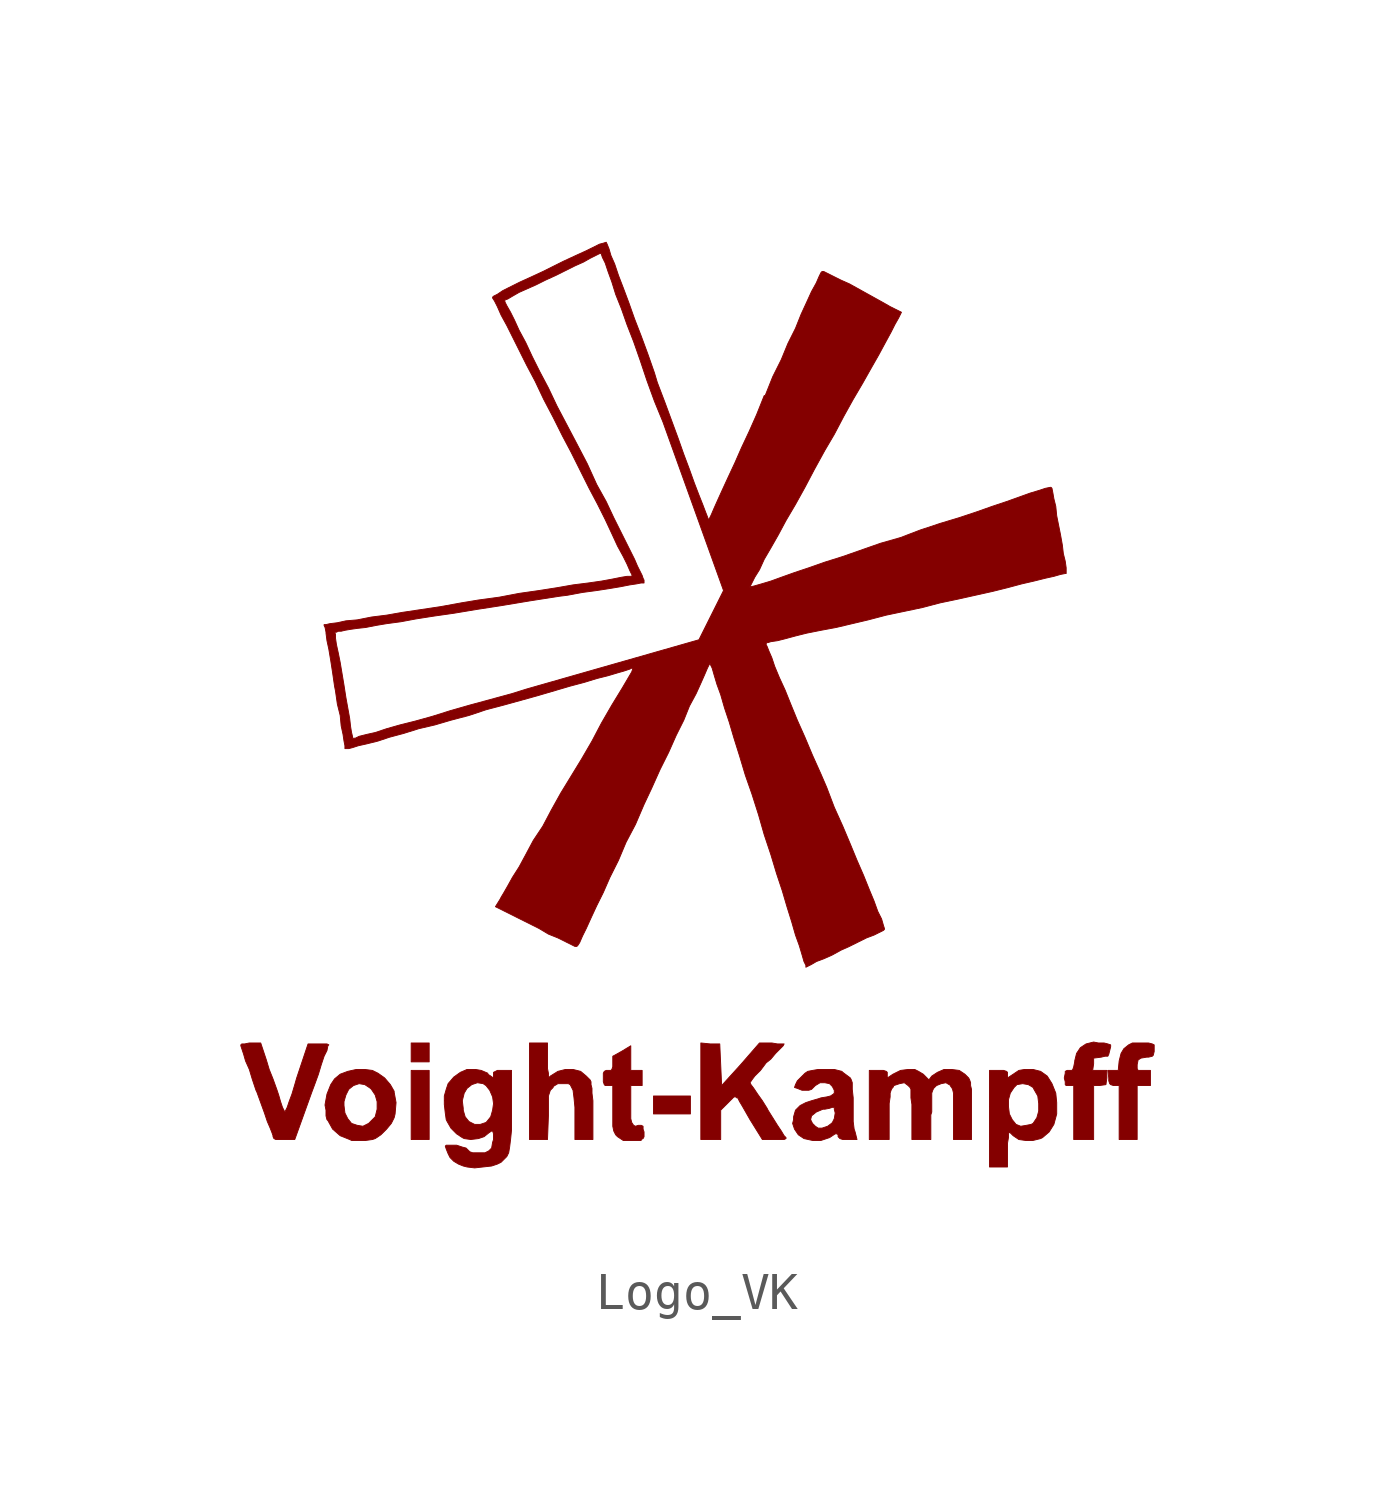
<source format=kicad_sym>
(kicad_symbol_lib
  (version 20231120)
  (generator "kicad_symbol_editor")
  (generator_version "8.0")
  (symbol "Logo_VK"
    (pin_names
      (offset 1.016))
    (property "Reference" "#G"
      (at 0 -13.97 0)
      (effects (font (size 1.27 1.27)) (hide yes)))
    (symbol "Logo_VK_0_0"
      (polyline (pts (xy -7.188 -9.83) (xy -7.671 -9.83) (xy -7.671 -11.684) (xy -7.188 -11.684) (xy -7.188 -9.83)) (stroke (width 0.025) (type default)) (fill (type outline)))
      (polyline (pts (xy -7.188 -9.093) (xy -7.671 -9.093) (xy -7.671 -9.601) (xy -7.188 -9.601) (xy -7.188 -9.093)) (stroke (width 0.025) (type default)) (fill (type outline)))
      (polyline (pts (xy -0.178 -10.516) (xy -1.168 -10.516) (xy -1.168 -10.998) (xy -0.178 -10.998) (xy -0.178 -10.516)) (stroke (width 0.025) (type default)) (fill (type outline)))
      (polyline (pts (xy 11.811 -10.236) (xy 12.167 -10.236) (xy 12.167 -9.83) (xy 11.836 -9.83) (xy 11.811 -9.779) (xy 11.811 -9.677) (xy 11.836 -9.55) (xy 11.913 -9.5) (xy 12.065 -9.474) (xy 12.116 -9.474) (xy 12.217 -9.449) (xy 12.243 -9.423) (xy 12.268 -9.322) (xy 12.268 -9.144) (xy 12.217 -9.119) (xy 12.116 -9.093) (xy 11.684 -9.093) (xy 11.582 -9.144) (xy 11.455 -9.246) (xy 11.379 -9.373) (xy 11.328 -9.576) (xy 11.303 -9.83) (xy 11.024 -9.83) (xy 11.049 -10.033) (xy 11.049 -10.109) (xy 11.074 -10.185) (xy 11.1 -10.211) (xy 11.176 -10.236) (xy 11.328 -10.236) (xy 11.328 -11.684) (xy 11.811 -11.684) (xy 11.811 -10.236)) (stroke (width 0.025) (type default)) (fill (type outline)))
      (polyline (pts (xy -3.988 -11.049) (xy -3.988 -10.516) (xy -3.937 -10.363) (xy -3.861 -10.287) (xy -3.861 -10.262) (xy -3.734 -10.185) (xy -3.454 -10.185) (xy -3.404 -10.211) (xy -3.327 -10.363) (xy -3.302 -10.566) (xy -3.277 -10.82) (xy -3.277 -11.684) (xy -2.794 -11.684) (xy -2.794 -10.643) (xy -2.819 -10.439) (xy -2.819 -10.312) (xy -2.845 -10.211) (xy -2.845 -10.135) (xy -2.87 -10.084) (xy -2.972 -9.982) (xy -3.124 -9.855) (xy -3.327 -9.804) (xy -3.531 -9.804) (xy -3.734 -9.855) (xy -3.937 -9.982) (xy -3.962 -10.008) (xy -3.988 -10.008) (xy -3.988 -9.906) (xy -4.013 -9.779) (xy -4.013 -9.093) (xy -4.496 -9.093) (xy -4.496 -11.684) (xy -4.013 -11.684) (xy -3.988 -11.049)) (stroke (width 0.025) (type default)) (fill (type outline)))
      (polyline (pts (xy -1.499 -11.684) (xy -1.448 -11.659) (xy -1.422 -11.608) (xy -1.422 -11.481) (xy -1.448 -11.405) (xy -1.448 -11.328) (xy -1.499 -11.303) (xy -1.575 -11.303) (xy -1.651 -11.328) (xy -1.702 -11.303) (xy -1.753 -11.227) (xy -1.778 -11.125) (xy -1.778 -10.236) (xy -1.473 -10.236) (xy -1.473 -9.83) (xy -1.778 -9.83) (xy -1.778 -9.169) (xy -2.032 -9.322) (xy -2.261 -9.449) (xy -2.261 -9.728) (xy -2.286 -9.804) (xy -2.311 -9.83) (xy -2.438 -9.83) (xy -2.489 -9.855) (xy -2.515 -9.906) (xy -2.515 -10.135) (xy -2.489 -10.211) (xy -2.464 -10.236) (xy -2.261 -10.236) (xy -2.261 -11.328) (xy -2.235 -11.455) (xy -2.184 -11.557) (xy -2.134 -11.608) (xy -1.981 -11.709) (xy -1.499 -11.709) (xy -1.499 -11.684)) (stroke (width 0.025) (type default)) (fill (type outline)))
      (polyline (pts (xy 10.643 -10.236) (xy 10.795 -10.236) (xy 10.973 -10.211) (xy 10.998 -10.033) (xy 10.998 -9.83) (xy 10.617 -9.83) (xy 10.643 -9.652) (xy 10.643 -9.5) (xy 10.846 -9.474) (xy 10.947 -9.449) (xy 11.024 -9.449) (xy 11.049 -9.398) (xy 11.1 -9.195) (xy 11.1 -9.144) (xy 11.024 -9.119) (xy 10.922 -9.093) (xy 10.77 -9.093) (xy 10.643 -9.068) (xy 10.439 -9.119) (xy 10.287 -9.22) (xy 10.185 -9.373) (xy 10.135 -9.576) (xy 10.135 -9.601) (xy 10.109 -9.728) (xy 10.084 -9.804) (xy 10.058 -9.83) (xy 9.931 -9.83) (xy 9.881 -9.855) (xy 9.881 -9.906) (xy 9.855 -10.033) (xy 9.881 -10.135) (xy 9.881 -10.211) (xy 9.906 -10.236) (xy 10.109 -10.236) (xy 10.109 -11.684) (xy 10.643 -11.684) (xy 10.643 -10.236)) (stroke (width 0.025) (type default)) (fill (type outline)))
      (polyline (pts (xy 0.635 -10.897) (xy 0.991 -10.541) (xy 1.041 -10.541) (xy 1.067 -10.566) (xy 1.092 -10.566) (xy 1.143 -10.668) (xy 1.219 -10.795) (xy 1.422 -11.151) (xy 1.753 -11.684) (xy 2.337 -11.684) (xy 2.388 -11.659) (xy 2.388 -11.633) (xy 2.337 -11.582) (xy 2.261 -11.455) (xy 2.159 -11.303) (xy 1.905 -10.897) (xy 1.88 -10.846) (xy 1.753 -10.643) (xy 1.626 -10.465) (xy 1.524 -10.312) (xy 1.448 -10.211) (xy 1.422 -10.16) (xy 1.473 -10.084) (xy 1.549 -9.982) (xy 1.702 -9.83) (xy 1.854 -9.627) (xy 1.981 -9.525) (xy 2.108 -9.373) (xy 2.311 -9.169) (xy 2.337 -9.119) (xy 2.159 -9.119) (xy 2.007 -9.093) (xy 1.676 -9.093) (xy 1.168 -9.677) (xy 0.66 -10.236) (xy 0.61 -9.119) (xy 0.356 -9.119) (xy 0.102 -9.093) (xy 0.102 -11.684) (xy 0.635 -11.684) (xy 0.635 -10.897)) (stroke (width 0.025) (type default)) (fill (type outline)))
      (polyline (pts (xy -10.338 -10.414) (xy -10.262 -10.211) (xy -10.16 -9.931) (xy -10.084 -9.677) (xy -10.008 -9.449) (xy -9.931 -9.296) (xy -9.906 -9.169) (xy -9.881 -9.144) (xy -9.931 -9.119) (xy -10.439 -9.119) (xy -10.744 -10.033) (xy -10.795 -10.211) (xy -10.871 -10.465) (xy -10.947 -10.668) (xy -10.998 -10.82) (xy -11.049 -10.922) (xy -11.049 -10.947) (xy -11.074 -10.922) (xy -11.125 -10.82) (xy -11.176 -10.668) (xy -11.227 -10.49) (xy -11.278 -10.338) (xy -11.379 -10.058) (xy -11.481 -9.804) (xy -11.557 -9.55) (xy -11.709 -9.093) (xy -12.014 -9.093) (xy -12.141 -9.119) (xy -12.217 -9.119) (xy -12.243 -9.144) (xy -12.243 -9.169) (xy -12.167 -9.398) (xy -12.116 -9.576) (xy -12.014 -9.804) (xy -11.938 -10.058) (xy -11.836 -10.363) (xy -11.811 -10.414) (xy -11.608 -10.973) (xy -11.532 -11.201) (xy -11.455 -11.379) (xy -11.405 -11.506) (xy -11.379 -11.582) (xy -11.379 -11.608) (xy -11.354 -11.659) (xy -11.303 -11.684) (xy -10.795 -11.684) (xy -10.338 -10.414)) (stroke (width 0.025) (type default)) (fill (type outline)))
      (polyline (pts (xy 8.331 -11.786) (xy 8.357 -11.633) (xy 8.357 -11.532) (xy 8.382 -11.481) (xy 8.484 -11.582) (xy 8.636 -11.684) (xy 8.814 -11.709) (xy 9.017 -11.709) (xy 9.22 -11.659) (xy 9.271 -11.633) (xy 9.449 -11.481) (xy 9.576 -11.278) (xy 9.652 -10.998) (xy 9.652 -10.693) (xy 9.627 -10.439) (xy 9.525 -10.185) (xy 9.398 -9.982) (xy 9.22 -9.855) (xy 9.017 -9.804) (xy 8.788 -9.804) (xy 8.636 -9.83) (xy 8.331 -10.033) (xy 8.331 -9.881) (xy 8.306 -9.855) (xy 8.23 -9.83) (xy 7.849 -9.83) (xy 7.849 -10.795) (xy 8.357 -10.795) (xy 8.357 -10.617) (xy 8.407 -10.439) (xy 8.509 -10.287) (xy 8.585 -10.211) (xy 8.738 -10.185) (xy 8.89 -10.211) (xy 9.017 -10.287) (xy 9.042 -10.338) (xy 9.144 -10.516) (xy 9.169 -10.719) (xy 9.169 -10.922) (xy 9.119 -11.1) (xy 9.017 -11.252) (xy 8.966 -11.278) (xy 8.839 -11.303) (xy 8.687 -11.328) (xy 8.56 -11.278) (xy 8.458 -11.151) (xy 8.382 -10.998) (xy 8.357 -10.795) (xy 7.849 -10.795) (xy 7.849 -12.421) (xy 8.331 -12.421) (xy 8.331 -11.786)) (stroke (width 0.025) (type default)) (fill (type outline)))
      (polyline (pts (xy -8.712 -11.684) (xy -8.636 -11.659) (xy -8.484 -11.557) (xy -8.331 -11.405) (xy -8.204 -11.252) (xy -8.128 -11.1) (xy -8.103 -10.998) (xy -8.077 -10.693) (xy -8.128 -10.414) (xy -8.128 -10.389) (xy -8.23 -10.211) (xy -8.382 -10.033) (xy -8.56 -9.906) (xy -8.712 -9.83) (xy -8.915 -9.804) (xy -9.144 -9.804) (xy -9.373 -9.855) (xy -9.576 -9.931) (xy -9.728 -10.058) (xy -9.83 -10.211) (xy -9.931 -10.465) (xy -9.982 -10.744) (xy -9.982 -10.77) (xy -9.474 -10.77) (xy -9.474 -10.668) (xy -9.423 -10.49) (xy -9.347 -10.338) (xy -9.22 -10.236) (xy -9.068 -10.185) (xy -8.915 -10.211) (xy -8.763 -10.312) (xy -8.738 -10.338) (xy -8.636 -10.49) (xy -8.585 -10.668) (xy -8.585 -10.871) (xy -8.636 -11.074) (xy -8.814 -11.252) (xy -8.966 -11.328) (xy -9.119 -11.303) (xy -9.271 -11.252) (xy -9.373 -11.125) (xy -9.449 -10.973) (xy -9.474 -10.77) (xy -9.982 -10.77) (xy -9.957 -10.897) (xy -9.957 -11.049) (xy -9.931 -11.151) (xy -9.906 -11.176) (xy -9.779 -11.405) (xy -9.576 -11.582) (xy -9.322 -11.684) (xy -9.271 -11.709) (xy -8.89 -11.709) (xy -8.712 -11.684)) (stroke (width 0.025) (type default)) (fill (type outline)))
      (polyline (pts (xy 5.156 -10.719) (xy 5.182 -10.541) (xy 5.182 -10.439) (xy 5.207 -10.363) (xy 5.232 -10.312) (xy 5.258 -10.287) (xy 5.283 -10.236) (xy 5.436 -10.185) (xy 5.563 -10.16) (xy 5.664 -10.236) (xy 5.715 -10.287) (xy 5.74 -10.338) (xy 5.74 -10.566) (xy 5.766 -10.744) (xy 5.766 -11.684) (xy 6.274 -11.684) (xy 6.274 -11.024) (xy 6.299 -10.947) (xy 6.299 -10.439) (xy 6.325 -10.363) (xy 6.35 -10.312) (xy 6.426 -10.236) (xy 6.553 -10.185) (xy 6.68 -10.16) (xy 6.807 -10.236) (xy 6.807 -10.262) (xy 6.833 -10.287) (xy 6.858 -10.338) (xy 6.883 -10.439) (xy 6.883 -11.684) (xy 7.366 -11.684) (xy 7.366 -10.338) (xy 7.341 -10.236) (xy 7.341 -10.16) (xy 7.315 -10.084) (xy 7.29 -10.033) (xy 7.188 -9.931) (xy 7.036 -9.83) (xy 6.833 -9.804) (xy 6.629 -9.804) (xy 6.452 -9.881) (xy 6.299 -9.982) (xy 6.223 -10.084) (xy 6.071 -9.931) (xy 5.944 -9.855) (xy 5.842 -9.804) (xy 5.664 -9.804) (xy 5.461 -9.83) (xy 5.258 -9.931) (xy 5.105 -10.033) (xy 5.105 -9.881) (xy 5.08 -9.855) (xy 5.004 -9.83) (xy 4.623 -9.83) (xy 4.623 -11.684) (xy 5.156 -11.684) (xy 5.156 -10.719)) (stroke (width 0.025) (type default)) (fill (type outline)))
      (polyline (pts (xy 3.556 -11.633) (xy 3.708 -11.532) (xy 3.759 -11.532) (xy 3.785 -11.557) (xy 3.785 -11.608) (xy 3.835 -11.659) (xy 3.912 -11.684) (xy 4.293 -11.684) (xy 4.242 -11.481) (xy 4.216 -11.405) (xy 4.191 -11.201) (xy 4.191 -10.566) (xy 4.166 -10.338) (xy 4.166 -10.16) (xy 4.14 -10.084) (xy 4.115 -10.033) (xy 3.912 -9.881) (xy 3.886 -9.855) (xy 3.683 -9.804) (xy 3.251 -9.804) (xy 3.099 -9.83) (xy 2.972 -9.855) (xy 2.896 -9.906) (xy 2.692 -10.109) (xy 2.642 -10.211) (xy 2.616 -10.287) (xy 2.692 -10.312) (xy 2.819 -10.363) (xy 2.997 -10.363) (xy 3.073 -10.338) (xy 3.175 -10.236) (xy 3.302 -10.16) (xy 3.429 -10.16) (xy 3.556 -10.185) (xy 3.632 -10.262) (xy 3.683 -10.363) (xy 3.683 -10.439) (xy 3.658 -10.465) (xy 3.581 -10.516) (xy 3.48 -10.541) (xy 3.327 -10.566) (xy 3.251 -10.592) (xy 3.073 -10.643) (xy 2.921 -10.693) (xy 2.769 -10.77) (xy 2.642 -10.897) (xy 2.591 -11.074) (xy 2.591 -11.151) (xy 3.048 -11.151) (xy 3.073 -11.049) (xy 3.2 -10.947) (xy 3.378 -10.871) (xy 3.429 -10.871) (xy 3.556 -10.846) (xy 3.632 -10.82) (xy 3.683 -10.82) (xy 3.683 -10.871) (xy 3.708 -10.973) (xy 3.683 -11.125) (xy 3.632 -11.227) (xy 3.607 -11.252) (xy 3.505 -11.328) (xy 3.353 -11.379) (xy 3.251 -11.379) (xy 3.175 -11.328) (xy 3.099 -11.252) (xy 3.048 -11.151) (xy 2.591 -11.151) (xy 2.565 -11.252) (xy 2.616 -11.405) (xy 2.718 -11.557) (xy 2.87 -11.659) (xy 3.099 -11.709) (xy 3.327 -11.709) (xy 3.556 -11.633)) (stroke (width 0.025) (type default)) (fill (type outline)))
      (polyline (pts (xy -5.512 -12.395) (xy -5.359 -12.344) (xy -5.258 -12.294) (xy -5.105 -12.141) (xy -5.055 -12.04) (xy -5.029 -11.887) (xy -5.004 -11.684) (xy -4.978 -11.43) (xy -4.978 -9.83) (xy -5.359 -9.83) (xy -5.461 -9.881) (xy -5.461 -10.033) (xy -5.613 -9.931) (xy -5.613 -9.906) (xy -5.791 -9.83) (xy -5.944 -9.804) (xy -6.172 -9.804) (xy -6.35 -9.881) (xy -6.528 -10.008) (xy -6.68 -10.185) (xy -6.731 -10.338) (xy -6.782 -10.516) (xy -6.782 -10.643) (xy -6.299 -10.643) (xy -6.248 -10.439) (xy -6.172 -10.312) (xy -6.045 -10.211) (xy -5.893 -10.16) (xy -5.74 -10.185) (xy -5.664 -10.236) (xy -5.563 -10.363) (xy -5.486 -10.541) (xy -5.461 -10.719) (xy -5.486 -10.897) (xy -5.537 -11.074) (xy -5.639 -11.201) (xy -5.664 -11.227) (xy -5.817 -11.278) (xy -5.969 -11.278) (xy -6.121 -11.201) (xy -6.223 -11.074) (xy -6.274 -10.897) (xy -6.274 -10.846) (xy -6.299 -10.643) (xy -6.782 -10.643) (xy -6.782 -10.744) (xy -6.756 -10.973) (xy -6.731 -11.151) (xy -6.706 -11.201) (xy -6.604 -11.379) (xy -6.452 -11.532) (xy -6.299 -11.633) (xy -6.248 -11.659) (xy -6.071 -11.684) (xy -5.867 -11.659) (xy -5.715 -11.608) (xy -5.588 -11.506) (xy -5.512 -11.455) (xy -5.486 -11.455) (xy -5.461 -11.532) (xy -5.461 -11.684) (xy -5.486 -11.76) (xy -5.512 -11.913) (xy -5.588 -11.989) (xy -5.69 -12.04) (xy -6.02 -12.04) (xy -6.096 -12.014) (xy -6.198 -11.913) (xy -6.299 -11.887) (xy -6.452 -11.836) (xy -6.731 -11.836) (xy -6.756 -11.862) (xy -6.731 -11.938) (xy -6.68 -12.065) (xy -6.629 -12.167) (xy -6.528 -12.268) (xy -6.401 -12.344) (xy -6.274 -12.395) (xy -6.172 -12.421) (xy -5.969 -12.446) (xy -5.512 -12.395)) (stroke (width 0.025) (type default)) (fill (type outline)))
      (polyline (pts (xy 3.073 -6.985) (xy 3.2 -6.909) (xy 3.404 -6.833) (xy 3.632 -6.731) (xy 3.861 -6.604) (xy 4.089 -6.502) (xy 4.547 -6.274) (xy 4.75 -6.198) (xy 5.004 -6.071) (xy 5.029 -6.045) (xy 5.029 -6.02) (xy 5.004 -5.944) (xy 4.953 -5.766) (xy 4.851 -5.563) (xy 4.75 -5.283) (xy 4.623 -4.978) (xy 4.47 -4.597) (xy 4.293 -4.191) (xy 4.115 -3.759) (xy 3.912 -3.277) (xy 3.683 -2.769) (xy 3.48 -2.235) (xy 3.327 -1.88) (xy 3.099 -1.372) (xy 2.896 -0.889) (xy 2.692 -0.432) (xy 2.515 0) (xy 2.362 0.381) (xy 2.21 0.711) (xy 2.083 1.016) (xy 2.007 1.245) (xy 1.93 1.422) (xy 1.88 1.549) (xy 1.854 1.6) (xy 1.854 1.626) (xy 1.88 1.651) (xy 1.905 1.651) (xy 1.981 1.676) (xy 2.159 1.702) (xy 2.362 1.753) (xy 2.642 1.829) (xy 2.946 1.905) (xy 3.327 1.981) (xy 3.734 2.057) (xy 4.597 2.261) (xy 5.08 2.388) (xy 6.045 2.591) (xy 6.528 2.718) (xy 7.01 2.819) (xy 7.925 3.023) (xy 8.331 3.124) (xy 8.712 3.226) (xy 9.042 3.302) (xy 9.347 3.378) (xy 9.576 3.429) (xy 9.754 3.48) (xy 9.881 3.505) (xy 9.906 3.505) (xy 9.906 3.658) (xy 9.881 3.835) (xy 9.83 4.039) (xy 9.804 4.267) (xy 9.754 4.547) (xy 9.652 5.055) (xy 9.627 5.309) (xy 9.576 5.512) (xy 9.55 5.664) (xy 9.525 5.791) (xy 9.5 5.817) (xy 9.474 5.817) (xy 9.347 5.791) (xy 9.195 5.74) (xy 8.941 5.664) (xy 8.661 5.563) (xy 8.306 5.436) (xy 7.925 5.309) (xy 7.493 5.156) (xy 7.036 5.004) (xy 6.528 4.851) (xy 5.994 4.674) (xy 5.461 4.47) (xy 4.928 4.318) (xy 3.912 3.962) (xy 3.429 3.81) (xy 2.997 3.658) (xy 2.616 3.531) (xy 2.261 3.404) (xy 1.981 3.302) (xy 1.727 3.226) (xy 1.549 3.175) (xy 1.448 3.15) (xy 1.397 3.124) (xy 1.422 3.15) (xy 1.549 3.404) (xy 1.676 3.607) (xy 1.803 3.886) (xy 1.981 4.191) (xy 2.184 4.547) (xy 2.388 4.928) (xy 2.642 5.359) (xy 2.896 5.817) (xy 3.15 6.299) (xy 3.429 6.807) (xy 3.683 7.239) (xy 3.937 7.722) (xy 4.191 8.179) (xy 4.445 8.611) (xy 4.674 9.017) (xy 4.877 9.373) (xy 5.055 9.703) (xy 5.207 9.982) (xy 5.309 10.185) (xy 5.41 10.363) (xy 5.486 10.516) (xy 5.182 10.668) (xy 5.004 10.77) (xy 4.089 11.278) (xy 3.861 11.379) (xy 3.404 11.608) (xy 3.353 11.608) (xy 3.327 11.582) (xy 3.277 11.481) (xy 3.2 11.303) (xy 3.073 11.074) (xy 2.946 10.795) (xy 2.794 10.465) (xy 2.642 10.084) (xy 2.438 9.677) (xy 2.261 9.246) (xy 2.032 8.788) (xy 1.829 8.28) (xy 1.803 8.28) (xy 1.6 7.772) (xy 1.397 7.315) (xy 1.194 6.883) (xy 1.016 6.477) (xy 0.838 6.096) (xy 0.686 5.766) (xy 0.559 5.486) (xy 0.457 5.258) (xy 0.381 5.08) (xy 0.33 4.978) (xy 0.305 4.953) (xy 0.279 5.029) (xy 0.229 5.156) (xy 0.152 5.359) (xy 0.051 5.613) (xy -0.076 5.944) (xy -0.203 6.299) (xy -0.356 6.706) (xy -0.508 7.137) (xy -0.864 8.103) (xy -1.067 8.636) (xy -1.143 8.89) (xy -1.321 9.398) (xy -1.499 9.881) (xy -1.676 10.338) (xy -1.829 10.77) (xy -1.981 11.176) (xy -2.108 11.506) (xy -2.21 11.811) (xy -2.311 12.04) (xy -2.362 12.217) (xy -2.413 12.344) (xy -2.438 12.395) (xy -2.515 12.37) (xy -2.616 12.344) (xy -2.972 12.167) (xy -3.251 12.04) (xy -3.581 11.887) (xy -4.14 11.608) (xy -4.47 11.455) (xy -4.75 11.328) (xy -5.207 11.1) (xy -5.359 10.998) (xy -5.461 10.947) (xy -5.486 10.922) (xy -5.486 10.897) (xy -5.436 10.82) (xy -5.359 10.668) (xy -5.258 10.439) (xy -5.105 10.16) (xy -4.572 9.093) (xy -4.343 8.661) (xy -4.115 8.179) (xy -3.861 7.696) (xy -3.607 7.188) (xy -3.378 6.756) (xy -2.896 5.791) (xy -2.667 5.359) (xy -2.464 4.953) (xy -2.286 4.572) (xy -2.134 4.242) (xy -1.981 3.962) (xy -1.88 3.759) (xy -1.803 3.581) (xy -1.753 3.48) (xy -1.727 3.454) (xy -1.778 3.429) (xy -1.88 3.429) (xy -2.032 3.404) (xy -2.286 3.353) (xy -2.565 3.302) (xy -2.921 3.251) (xy -3.327 3.2) (xy -3.759 3.124) (xy -4.242 3.048) (xy -4.775 2.972) (xy -5.309 2.87) (xy -5.867 2.794) (xy -6.325 2.718) (xy -6.883 2.616) (xy -7.899 2.464) (xy -8.331 2.388) (xy -8.738 2.337) (xy -9.119 2.261) (xy -9.423 2.235) (xy -9.652 2.184) (xy -9.855 2.159) (xy -9.957 2.134) (xy -10.008 2.134) (xy -10.008 2.108) (xy -9.982 2.057) (xy -9.957 1.93) (xy -9.728 1.93) (xy -9.677 1.93) (xy -9.627 1.956) (xy -9.55 1.956) (xy -9.449 1.981) (xy -9.296 2.007) (xy -9.119 2.032) (xy -8.89 2.057) (xy -8.636 2.108) (xy -8.331 2.159) (xy -7.95 2.21) (xy -7.544 2.286) (xy -7.061 2.362) (xy -6.528 2.438) (xy -5.918 2.54) (xy -5.258 2.642) (xy -4.496 2.769) (xy -3.683 2.896) (xy -3.48 2.921) (xy -3.073 2.997) (xy -2.692 3.048) (xy -2.362 3.099) (xy -2.057 3.15) (xy -1.803 3.2) (xy -1.626 3.226) (xy -1.499 3.251) (xy -1.422 3.251) (xy -1.422 3.327) (xy -1.448 3.378) (xy -1.473 3.454) (xy -1.6 3.708) (xy -1.676 3.886) (xy -2.235 5.004) (xy -2.438 5.436) (xy -2.692 5.893) (xy -2.946 6.452) (xy -3.251 7.036) (xy -3.759 8.001) (xy -3.988 8.484) (xy -4.216 8.915) (xy -4.42 9.322) (xy -4.597 9.703) (xy -4.775 10.033) (xy -4.902 10.312) (xy -5.004 10.516) (xy -5.105 10.693) (xy -5.156 10.795) (xy -5.156 10.846) (xy -5.08 10.871) (xy -4.953 10.947) (xy -4.775 11.049) (xy -4.318 11.252) (xy -4.064 11.379) (xy -3.785 11.506) (xy -3.277 11.76) (xy -3.048 11.862) (xy -2.87 11.963) (xy -2.616 12.09) (xy -2.565 12.09) (xy -2.565 12.065) (xy -2.54 11.989) (xy -2.464 11.836) (xy -2.388 11.608) (xy -2.286 11.328) (xy -2.184 10.998) (xy -2.032 10.617) (xy -1.88 10.185) (xy -1.702 9.728) (xy -1.524 9.22) (xy -1.346 8.687) (xy -1.143 8.128) (xy -0.914 7.569) (xy 0.711 3.048) (xy 0.051 1.727) (xy -4.572 0.406) (xy -4.978 0.279) (xy -6.096 -0.025) (xy -6.629 -0.178) (xy -7.112 -0.33) (xy -7.569 -0.457) (xy -7.976 -0.559) (xy -8.331 -0.66) (xy -8.636 -0.762) (xy -8.865 -0.813) (xy -9.068 -0.864) (xy -9.169 -0.914) (xy -9.246 -0.914) (xy -9.246 -0.864) (xy -9.271 -0.762) (xy -9.296 -0.61) (xy -9.322 -0.381) (xy -9.423 0.178) (xy -9.474 0.508) (xy -9.576 1.118) (xy -9.627 1.372) (xy -9.677 1.6) (xy -9.703 1.778) (xy -9.703 1.88) (xy -9.728 1.93) (xy -9.957 1.93) (xy -9.957 1.905) (xy -9.931 1.702) (xy -9.881 1.473) (xy -9.83 1.168) (xy -9.779 0.838) (xy -9.728 0.483) (xy -9.703 0.356) (xy -9.652 0) (xy -9.576 -0.305) (xy -9.55 -0.584) (xy -9.5 -0.813) (xy -9.474 -0.991) (xy -9.449 -1.118) (xy -9.449 -1.194) (xy -9.347 -1.194) (xy -9.246 -1.168) (xy -9.093 -1.118) (xy -8.865 -1.067) (xy -8.56 -0.991) (xy -8.255 -0.889) (xy -7.874 -0.787) (xy -7.468 -0.66) (xy -7.036 -0.559) (xy -6.604 -0.432) (xy -6.121 -0.305) (xy -5.664 -0.152) (xy -5.182 -0.025) (xy -4.267 0.229) (xy -3.404 0.483) (xy -3.023 0.584) (xy -2.692 0.686) (xy -2.388 0.762) (xy -2.134 0.838) (xy -1.956 0.889) (xy -1.803 0.94) (xy -1.753 0.965) (xy -1.727 0.965) (xy -1.727 0.94) (xy -1.753 0.864) (xy -2.007 0.432) (xy -2.286 -0.025) (xy -2.565 -0.508) (xy -2.819 -0.991) (xy -3.099 -1.473) (xy -3.658 -2.388) (xy -3.912 -2.845) (xy -4.14 -3.277) (xy -4.394 -3.658) (xy -4.597 -4.039) (xy -4.775 -4.369) (xy -4.953 -4.648) (xy -5.08 -4.877) (xy -5.182 -5.055) (xy -5.258 -5.182) (xy -5.283 -5.232) (xy -5.41 -5.436) (xy -4.242 -6.02) (xy -3.988 -6.172) (xy -3.734 -6.274) (xy -3.277 -6.502) (xy -3.226 -6.502) (xy -3.2 -6.477) (xy -3.15 -6.401) (xy -3.073 -6.223) (xy -2.972 -6.02) (xy -2.845 -5.74) (xy -2.692 -5.41) (xy -2.515 -5.055) (xy -2.337 -4.648) (xy -2.108 -4.191) (xy -1.905 -3.708) (xy -1.651 -3.226) (xy -1.422 -2.692) (xy -1.219 -2.261) (xy -0.991 -1.753) (xy -0.762 -1.295) (xy -0.559 -0.838) (xy -0.356 -0.432) (xy -0.203 -0.051) (xy -0.025 0.279) (xy 0.102 0.559) (xy 0.203 0.787) (xy 0.279 0.965) (xy 0.33 1.067) (xy 0.356 1.092) (xy 0.356 1.067) (xy 0.406 0.965) (xy 0.457 0.787) (xy 0.533 0.533) (xy 0.635 0.254) (xy 0.737 -0.102) (xy 0.864 -0.483) (xy 0.991 -0.914) (xy 1.143 -1.397) (xy 1.295 -1.905) (xy 1.473 -2.413) (xy 1.651 -2.972) (xy 1.803 -3.505) (xy 1.981 -4.039) (xy 2.134 -4.547) (xy 2.286 -5.004) (xy 2.413 -5.436) (xy 2.54 -5.842) (xy 2.642 -6.198) (xy 2.743 -6.477) (xy 2.819 -6.731) (xy 2.87 -6.909) (xy 2.921 -7.01) (xy 2.921 -7.061) (xy 3.073 -6.985)) (stroke (width 0.025) (type default)) (fill (type outline))))))
</source>
